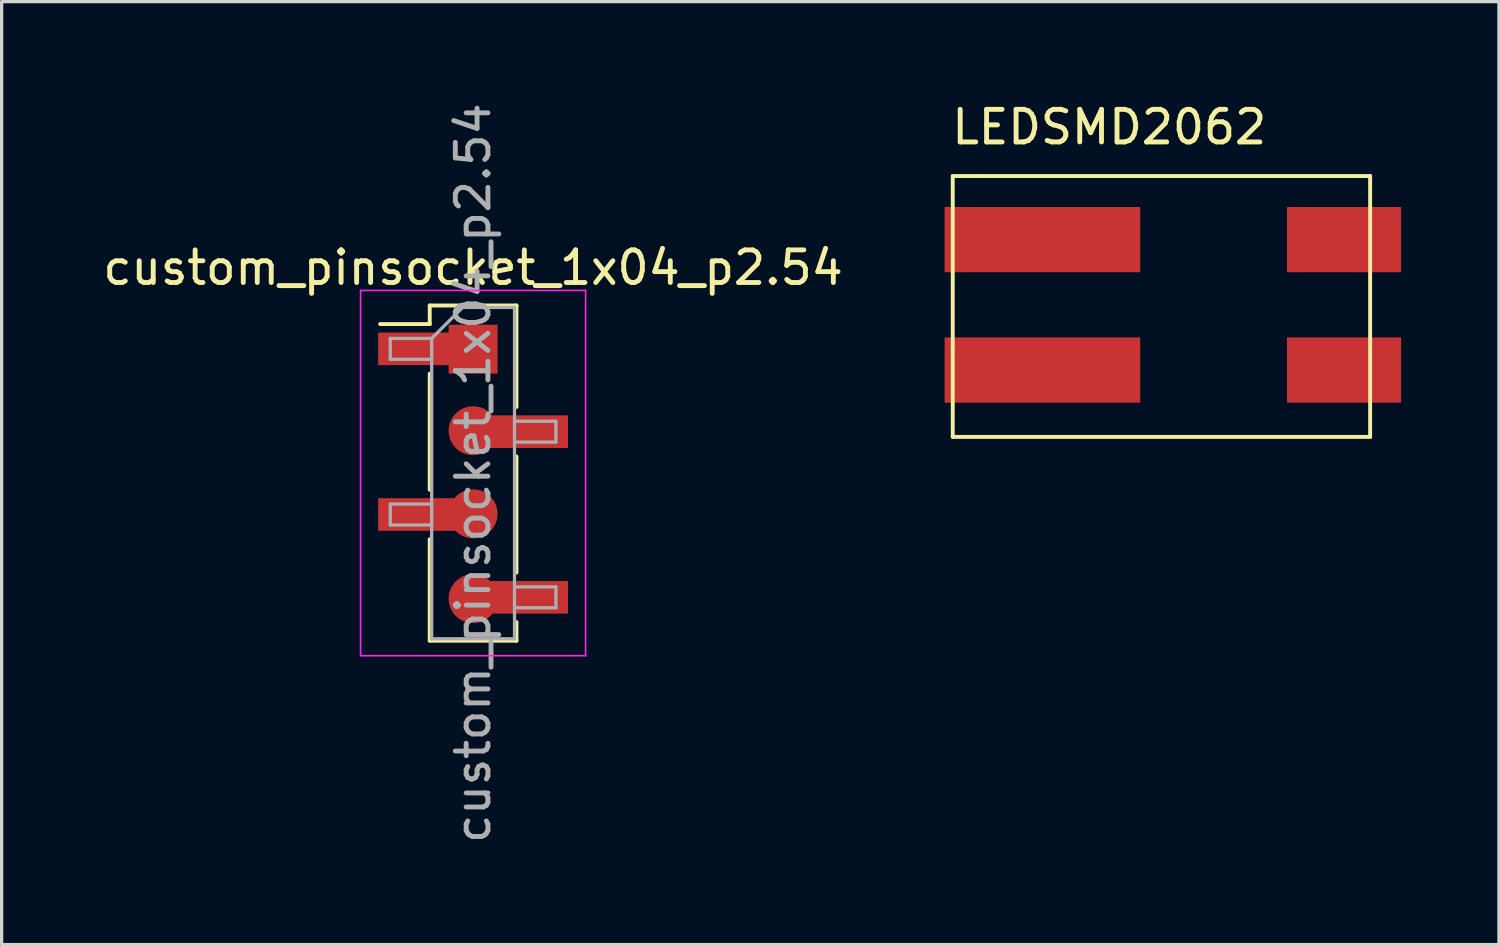
<source format=kicad_pcb>
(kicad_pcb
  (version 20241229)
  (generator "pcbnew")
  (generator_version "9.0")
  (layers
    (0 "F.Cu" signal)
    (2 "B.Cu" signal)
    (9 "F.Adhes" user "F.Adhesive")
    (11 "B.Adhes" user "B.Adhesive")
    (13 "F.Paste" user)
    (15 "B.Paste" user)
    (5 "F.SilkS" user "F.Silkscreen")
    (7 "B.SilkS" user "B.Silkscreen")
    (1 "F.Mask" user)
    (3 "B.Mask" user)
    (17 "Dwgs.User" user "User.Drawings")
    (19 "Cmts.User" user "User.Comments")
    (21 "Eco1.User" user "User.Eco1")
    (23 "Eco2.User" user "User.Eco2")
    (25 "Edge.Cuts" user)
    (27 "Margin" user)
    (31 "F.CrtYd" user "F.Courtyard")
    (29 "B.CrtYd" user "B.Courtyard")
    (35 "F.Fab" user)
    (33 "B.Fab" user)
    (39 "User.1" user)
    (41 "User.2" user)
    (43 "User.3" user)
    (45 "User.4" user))
  (footprint "custom_pinsocket_1x04_p2.54"
    (layer "F.Cu")
    (at 11.458 2.058)
    (property "Reference" "custom_pinsocket_1x04_p2.54" (at 0 3.1 0) (layer "F.SilkS") (effects (font (size 1 1) (thickness 0.15))))
    (attr through_hole)
    (fp_line (start -1.33 4.26) (end -1.33 4.83) (stroke (width 0.12) (type solid)) (layer "F.SilkS"))
    (fp_line (start -1.33 4.26) (end 1.33 4.26) (stroke (width 0.12) (type solid)) (layer "F.SilkS"))
    (fp_line (start -1.33 4.83) (end -2.85 4.83) (stroke (width 0.12) (type solid)) (layer "F.SilkS"))
    (fp_line (start -1.33 6.35) (end -1.33 9.91) (stroke (width 0.12) (type solid)) (layer "F.SilkS"))
    (fp_line (start -1.33 11.43) (end -1.33 14.54) (stroke (width 0.12) (type solid)) (layer "F.SilkS"))
    (fp_line (start -1.33 14.54) (end 1.33 14.54) (stroke (width 0.12) (type solid)) (layer "F.SilkS"))
    (fp_line (start 1.33 4.26) (end 1.33 7.37) (stroke (width 0.12) (type solid)) (layer "F.SilkS"))
    (fp_line (start 1.33 8.89) (end 1.33 12.45) (stroke (width 0.12) (type solid)) (layer "F.SilkS"))
    (fp_line (start 1.33 13.97) (end 1.33 14.54) (stroke (width 0.12) (type solid)) (layer "F.SilkS"))
    (fp_line (start -3.45 3.8) (end -3.45 15) (stroke (width 0.05) (type solid)) (layer "F.CrtYd"))
    (fp_line (start -3.45 15) (end 3.45 15) (stroke (width 0.05) (type solid)) (layer "F.CrtYd"))
    (fp_line (start 3.45 3.8) (end -3.45 3.8) (stroke (width 0.05) (type solid)) (layer "F.CrtYd"))
    (fp_line (start 3.45 15) (end 3.45 3.8) (stroke (width 0.05) (type solid)) (layer "F.CrtYd"))
    (fp_line (start -2.54 5.27) (end -2.54 5.91) (stroke (width 0.1) (type solid)) (layer "F.Fab"))
    (fp_line (start -2.54 5.91) (end -1.27 5.91) (stroke (width 0.1) (type solid)) (layer "F.Fab"))
    (fp_line (start -2.54 10.35) (end -2.54 10.99) (stroke (width 0.1) (type solid)) (layer "F.Fab"))
    (fp_line (start -2.54 10.99) (end -1.27 10.99) (stroke (width 0.1) (type solid)) (layer "F.Fab"))
    (fp_line (start -1.27 5.27) (end -2.54 5.27) (stroke (width 0.1) (type solid)) (layer "F.Fab"))
    (fp_line (start -1.27 5.27) (end -0.32 4.32) (stroke (width 0.1) (type solid)) (layer "F.Fab"))
    (fp_line (start -1.27 10.35) (end -2.54 10.35) (stroke (width 0.1) (type solid)) (layer "F.Fab"))
    (fp_line (start -1.27 14.48) (end -1.27 5.27) (stroke (width 0.1) (type solid)) (layer "F.Fab"))
    (fp_line (start -0.32 4.32) (end 1.27 4.32) (stroke (width 0.1) (type solid)) (layer "F.Fab"))
    (fp_line (start 1.27 4.32) (end 1.27 14.48) (stroke (width 0.1) (type solid)) (layer "F.Fab"))
    (fp_line (start 1.27 7.81) (end 2.54 7.81) (stroke (width 0.1) (type solid)) (layer "F.Fab"))
    (fp_line (start 1.27 12.89) (end 2.54 12.89) (stroke (width 0.1) (type solid)) (layer "F.Fab"))
    (fp_line (start 1.27 14.48) (end -1.27 14.48) (stroke (width 0.1) (type solid)) (layer "F.Fab"))
    (fp_line (start 2.54 7.81) (end 2.54 8.45) (stroke (width 0.1) (type solid)) (layer "F.Fab"))
    (fp_line (start 2.54 8.45) (end 1.27 8.45) (stroke (width 0.1) (type solid)) (layer "F.Fab"))
    (fp_line (start 2.54 12.89) (end 2.54 13.53) (stroke (width 0.1) (type solid)) (layer "F.Fab"))
    (fp_line (start 2.54 13.53) (end 1.27 13.53) (stroke (width 0.1) (type solid)) (layer "F.Fab"))
    (fp_text user "${REFERENCE}" (at 0 9.4 90) (layer "F.Fab") (effects (font (size 1 1) (thickness 0.15))))
    (pad "" smd rect (at 0 5.6 270) (size 1.5 1.5) (layers "F.Cu" "F.Mask" "F.Paste"))
    (pad "" smd circle (at 0 8.1 270) (size 1.5 1.5) (layers "F.Cu" "F.Mask" "F.Paste"))
    (pad "" smd circle (at 0 10.65 270) (size 1.5 1.5) (layers "F.Cu" "F.Mask" "F.Paste"))
    (pad "" smd circle (at 0 13.25 270) (size 1.5 1.5) (layers "F.Cu" "F.Mask" "F.Paste"))
    (pad "1" smd rect (at -1.655 5.59) (size 2.51 1) (layers "F.Cu" "F.Mask" "F.Paste"))
    (pad "2" smd rect (at 1.655 8.13) (size 2.51 1) (layers "F.Cu" "F.Mask" "F.Paste"))
    (pad "3" smd rect (at -1.655 10.67) (size 2.51 1) (layers "F.Cu" "F.Mask" "F.Paste"))
    (pad "4" smd rect (at 1.655 13.21) (size 2.51 1) (layers "F.Cu" "F.Mask" "F.Paste")))
  (footprint "LEDSMD2062"
    (layer "F.Cu")
    (at 30.967 0.348)
    (property "Reference" "LEDSMD2062" (at 0 0.5 0) (layer "F.SilkS") (effects (font (size 1 1) (thickness 0.15))))
    (attr through_hole)
    (fp_line (start -4.8 2) (end -4.8 10) (stroke (width 0.12) (type solid)) (layer "F.SilkS"))
    (fp_line (start -4.8 10) (end 8 10) (stroke (width 0.12) (type solid)) (layer "F.SilkS"))
    (fp_line (start -3.9 2) (end -4.8 2) (stroke (width 0.12) (type solid)) (layer "F.SilkS"))
    (fp_line (start 8 2) (end -3.9 2) (stroke (width 0.12) (type solid)) (layer "F.SilkS"))
    (fp_line (start 8 10) (end 8 2) (stroke (width 0.12) (type solid)) (layer "F.SilkS"))
    (pad "" smd rect (at -2.05 3.95) (size 6 2) (layers "F.Cu" "F.Mask" "F.Paste"))
    (pad "" smd rect (at -2.05 7.95) (size 6 2) (layers "F.Cu" "F.Mask" "F.Paste"))
    (pad "1" smd rect (at 7.2 3.95) (size 3.5 2) (layers "F.Cu" "F.Mask" "F.Paste"))
    (pad "2" smd rect (at 7.2 7.95) (size 3.5 2) (layers "F.Cu" "F.Mask" "F.Paste")))
  (gr_rect
    (start -3 -3)
    (end 42.917 25.917)
    (stroke (width 0.1) (type default))
    (fill no)
    (layer "Edge.Cuts")))
</source>
